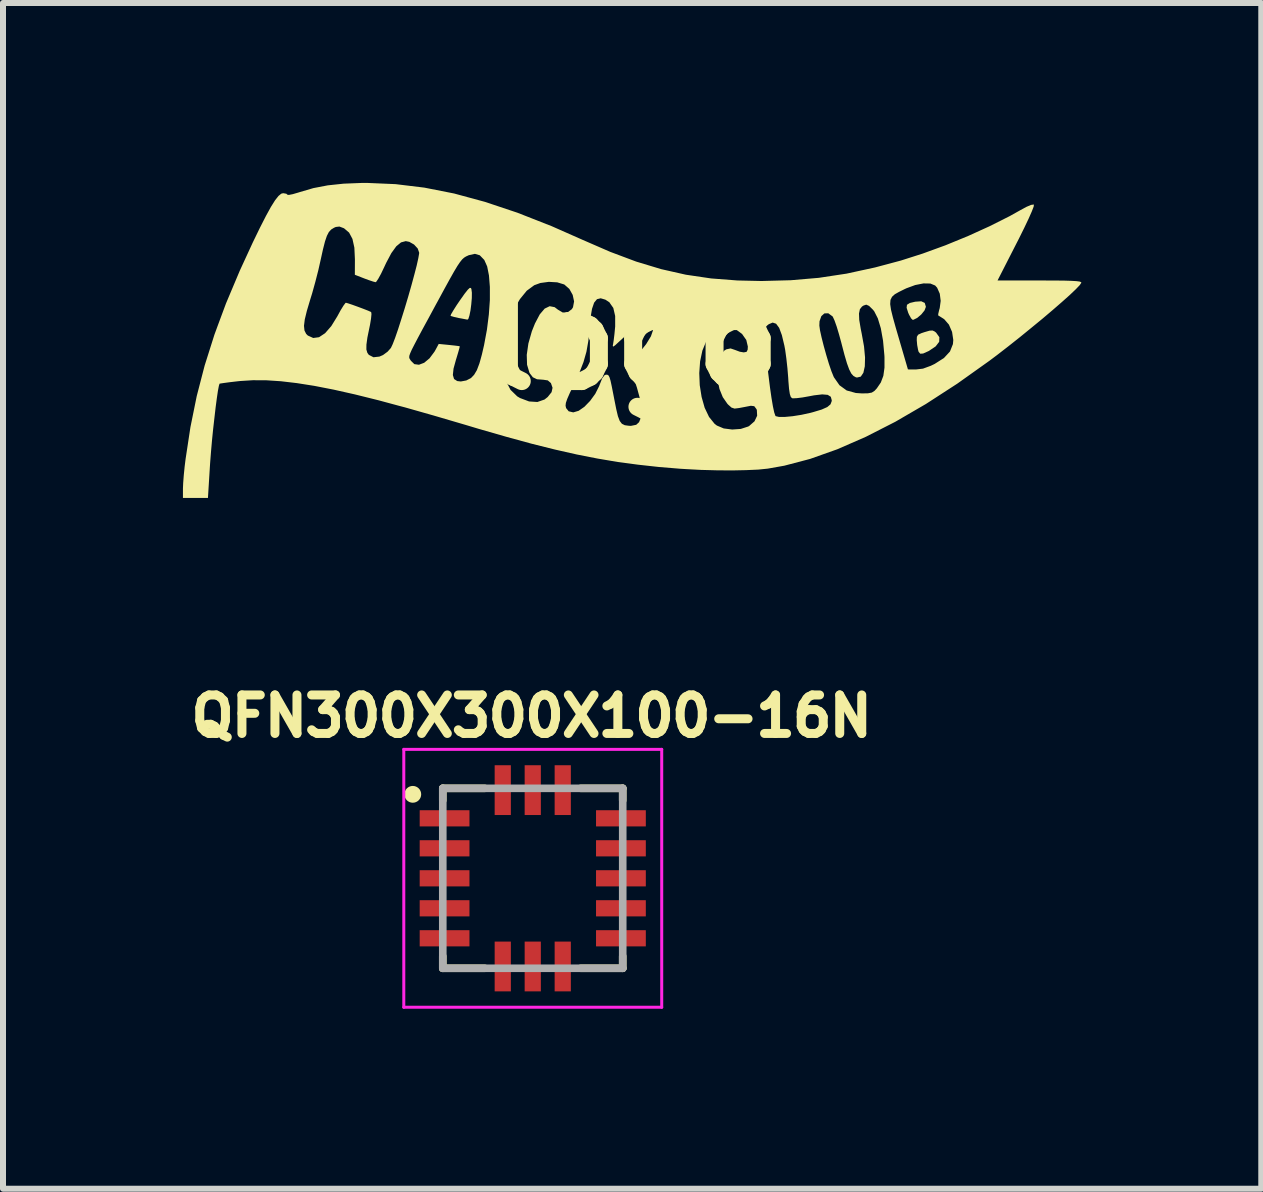
<source format=kicad_pcb>
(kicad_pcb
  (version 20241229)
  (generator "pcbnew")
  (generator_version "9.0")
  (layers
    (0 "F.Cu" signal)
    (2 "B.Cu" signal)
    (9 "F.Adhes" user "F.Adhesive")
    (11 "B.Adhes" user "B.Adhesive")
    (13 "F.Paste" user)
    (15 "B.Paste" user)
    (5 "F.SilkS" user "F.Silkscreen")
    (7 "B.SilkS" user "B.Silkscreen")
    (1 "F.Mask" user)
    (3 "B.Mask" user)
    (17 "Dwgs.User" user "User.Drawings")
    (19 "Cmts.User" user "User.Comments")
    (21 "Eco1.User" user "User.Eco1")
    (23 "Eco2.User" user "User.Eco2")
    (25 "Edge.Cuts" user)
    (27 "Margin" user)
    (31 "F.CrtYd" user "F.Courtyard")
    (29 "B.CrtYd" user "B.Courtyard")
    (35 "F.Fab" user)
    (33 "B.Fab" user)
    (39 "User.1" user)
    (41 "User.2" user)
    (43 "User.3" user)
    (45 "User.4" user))
  (footprint "logo"
    (layer "F.Cu")
    (at 7.506 2.625)
    (property "Reference" "logo" (at 0 0 0) (layer "F.SilkS") (effects (font (size 1.5 1.5) (thickness 0.3))))
    (attr board_only exclude_from_pos_files exclude_from_bom)
    (fp_poly (pts (xy 4.861 -0.625) (xy 4.88 -0.562) (xy 4.88 -0.559) (xy 4.858 -0.5) (xy 4.804 -0.433) (xy 4.736 -0.375) (xy 4.673 -0.344) (xy 4.661 -0.342) (xy 4.634 -0.367) (xy 4.6 -0.428) (xy 4.585 -0.462) (xy 4.559 -0.544) (xy 4.565 -0.594) (xy 4.613 -0.624) (xy 4.702 -0.645) (xy 4.803 -0.652)) (stroke (width 0) (type solid)) (fill yes) (layer "F.SilkS"))
    (fp_poly (pts (xy 5.029 -0.147) (xy 5.051 -0.129) (xy 5.105 -0.053) (xy 5.102 0.023) (xy 5.043 0.1) (xy 4.93 0.176) (xy 4.917 0.182) (xy 4.834 0.219) (xy 4.786 0.222) (xy 4.759 0.19) (xy 4.75 0.158) (xy 4.735 0.077) (xy 4.728 -0.004) (xy 4.73 -0.06) (xy 4.751 -0.095) (xy 4.807 -0.121) (xy 4.858 -0.138) (xy 4.941 -0.162) (xy 4.992 -0.165)) (stroke (width 0) (type solid)) (fill yes) (layer "F.SilkS"))
    (fp_poly (pts (xy -2.706 -0.874) (xy -2.697 -0.857) (xy -2.689 -0.796) (xy -2.69 -0.706) (xy -2.699 -0.602) (xy -2.712 -0.5) (xy -2.73 -0.413) (xy -2.748 -0.358) (xy -2.762 -0.346) (xy -2.8 -0.353) (xy -2.873 -0.367) (xy -2.908 -0.373) (xy -2.986 -0.391) (xy -3.037 -0.406) (xy -3.045 -0.41) (xy -3.035 -0.437) (xy -2.998 -0.5) (xy -2.941 -0.59) (xy -2.887 -0.669) (xy -2.81 -0.778) (xy -2.757 -0.845) (xy -2.725 -0.875)) (stroke (width 0) (type solid)) (fill yes) (layer "F.SilkS"))
    (fp_poly (pts (xy -3.961 -2.605) (xy -3.482 -2.547) (xy -2.985 -2.449) (xy -2.469 -2.309) (xy -1.928 -2.128) (xy -1.358 -1.904) (xy -0.842 -1.676) (xy -0.382 -1.476) (xy 0.05 -1.314) (xy 0.467 -1.188) (xy 0.879 -1.095) (xy 1.299 -1.033) (xy 1.738 -0.999) (xy 2.14 -0.99) (xy 2.628 -1.003) (xy 3.095 -1.043) (xy 3.558 -1.113) (xy 4.032 -1.216) (xy 4.463 -1.331) (xy 4.826 -1.447) (xy 5.205 -1.585) (xy 5.583 -1.74) (xy 5.946 -1.905) (xy 6.278 -2.072) (xy 6.446 -2.166) (xy 6.554 -2.225) (xy 6.634 -2.259) (xy 6.678 -2.265) (xy 6.681 -2.263) (xy 6.677 -2.23) (xy 6.647 -2.152) (xy 6.595 -2.034) (xy 6.522 -1.88) (xy 6.431 -1.696) (xy 6.391 -1.618) (xy 6.075 -0.999) (xy 6.778 -0.999) (xy 7.002 -0.998) (xy 7.175 -0.997) (xy 7.302 -0.993) (xy 7.389 -0.988) (xy 7.443 -0.981) (xy 7.468 -0.971) (xy 7.472 -0.961) (xy 7.445 -0.921) (xy 7.378 -0.851) (xy 7.277 -0.755) (xy 7.147 -0.639) (xy 6.994 -0.506) (xy 6.823 -0.361) (xy 6.639 -0.21) (xy 6.449 -0.055) (xy 6.257 0.097) (xy 6.07 0.242) (xy 5.938 0.341) (xy 5.404 0.721) (xy 4.881 1.06) (xy 4.372 1.356) (xy 3.878 1.608) (xy 3.404 1.815) (xy 2.95 1.976) (xy 2.52 2.089) (xy 2.244 2.138) (xy 2.086 2.154) (xy 1.883 2.163) (xy 1.647 2.168) (xy 1.392 2.166) (xy 1.128 2.159) (xy 0.869 2.145) (xy 0.785 2.14) (xy 0.424 2.11) (xy 0.08 2.072) (xy -0.257 2.027) (xy -0.594 1.97) (xy -0.94 1.902) (xy -1.303 1.82) (xy -1.691 1.723) (xy -2.112 1.608) (xy -2.574 1.475) (xy -2.794 1.409) (xy -3.325 1.253) (xy -3.807 1.116) (xy -3.91 1.089) (xy -1.127 1.089) (xy -1.119 1.125) (xy -1.117 1.13) (xy -1.075 1.182) (xy -1.004 1.199) (xy -0.994 1.199) (xy -0.909 1.174) (xy -0.813 1.107) (xy -0.718 1.009) (xy -0.632 0.891) (xy -0.568 0.764) (xy -0.557 0.735) (xy -0.516 0.632) (xy -0.477 0.58) (xy -0.453 0.571) (xy -0.429 0.573) (xy -0.41 0.585) (xy -0.394 0.616) (xy -0.377 0.673) (xy -0.357 0.766) (xy -0.33 0.903) (xy -0.315 0.98) (xy -0.282 1.146) (xy -0.254 1.264) (xy -0.224 1.343) (xy -0.188 1.39) (xy -0.14 1.414) (xy -0.076 1.423) (xy -0.037 1.425) (xy 0.051 1.407) (xy 0.098 1.364) (xy 0.127 1.293) (xy 0.142 1.202) (xy 0.143 1.185) (xy 0.132 1.077) (xy 0.104 0.938) (xy 0.063 0.788) (xy 0.016 0.646) (xy -0.028 0.545) (xy 1.102 0.545) (xy 1.11 0.747) (xy 1.141 0.943) (xy 1.192 1.123) (xy 1.265 1.276) (xy 1.357 1.39) (xy 1.396 1.42) (xy 1.51 1.468) (xy 1.651 1.486) (xy 1.794 1.476) (xy 1.918 1.436) (xy 1.934 1.427) (xy 2.023 1.349) (xy 2.067 1.256) (xy 2.062 1.161) (xy 2.056 1.146) (xy 2.019 1.097) (xy 1.962 1.09) (xy 1.947 1.093) (xy 1.864 1.109) (xy 1.769 1.127) (xy 1.763 1.128) (xy 1.691 1.137) (xy 1.639 1.12) (xy 1.582 1.069) (xy 1.571 1.057) (xy 1.494 0.946) (xy 1.439 0.81) (xy 1.408 0.661) (xy 1.4 0.511) (xy 1.415 0.372) (xy 1.454 0.255) (xy 1.517 0.172) (xy 1.553 0.149) (xy 1.624 0.134) (xy 1.698 0.159) (xy 1.778 0.189) (xy 1.844 0.2) (xy 1.891 0.191) (xy 1.909 0.155) (xy 1.912 0.102) (xy 1.886 -0.007) (xy 1.843 -0.068) (xy 2.187 -0.068) (xy 2.193 0.031) (xy 2.205 0.163) (xy 2.225 0.334) (xy 2.252 0.55) (xy 2.281 0.783) (xy 2.306 0.958) (xy 2.33 1.1) (xy 2.352 1.202) (xy 2.371 1.256) (xy 2.376 1.263) (xy 2.431 1.276) (xy 2.529 1.276) (xy 2.658 1.264) (xy 2.804 1.241) (xy 2.955 1.208) (xy 3 1.196) (xy 3.143 1.153) (xy 3.237 1.111) (xy 3.29 1.066) (xy 3.31 1.013) (xy 3.311 0.998) (xy 3.295 0.94) (xy 3.244 0.908) (xy 3.152 0.9) (xy 3.016 0.916) (xy 2.942 0.93) (xy 2.825 0.951) (xy 2.727 0.963) (xy 2.662 0.966) (xy 2.649 0.963) (xy 2.628 0.943) (xy 2.612 0.894) (xy 2.599 0.809) (xy 2.588 0.678) (xy 2.585 0.623) (xy 2.572 0.465) (xy 2.554 0.301) (xy 2.534 0.156) (xy 2.521 0.087) (xy 2.479 -0.088) (xy 2.434 -0.209) (xy 2.406 -0.247) (xy 3.104 -0.247) (xy 3.115 -0.168) (xy 3.141 -0.05) (xy 3.177 0.092) (xy 3.219 0.243) (xy 3.263 0.389) (xy 3.305 0.513) (xy 3.341 0.602) (xy 3.347 0.615) (xy 3.44 0.748) (xy 3.56 0.835) (xy 3.713 0.877) (xy 3.815 0.884) (xy 3.915 0.882) (xy 3.979 0.87) (xy 4.024 0.841) (xy 4.062 0.8) (xy 4.129 0.702) (xy 4.171 0.591) (xy 4.19 0.455) (xy 4.19 0.28) (xy 4.188 0.245) (xy 4.166 0.005) (xy 4.129 -0.202) (xy 4.079 -0.367) (xy 4.019 -0.485) (xy 3.996 -0.513) (xy 3.933 -0.575) (xy 3.886 -0.596) (xy 3.841 -0.581) (xy 3.815 -0.564) (xy 3.78 -0.52) (xy 3.765 -0.448) (xy 3.769 -0.342) (xy 3.794 -0.193) (xy 3.81 -0.114) (xy 3.849 0.101) (xy 3.866 0.285) (xy 3.862 0.433) (xy 3.838 0.54) (xy 3.795 0.604) (xy 3.732 0.619) (xy 3.713 0.615) (xy 3.673 0.593) (xy 3.637 0.553) (xy 3.602 0.485) (xy 3.565 0.384) (xy 3.523 0.241) (xy 3.473 0.05) (xy 3.472 0.045) (xy 3.432 -0.101) (xy 3.393 -0.231) (xy 3.357 -0.332) (xy 3.329 -0.393) (xy 3.323 -0.401) (xy 3.253 -0.452) (xy 3.188 -0.45) (xy 3.137 -0.404) (xy 3.107 -0.319) (xy 3.104 -0.247) (xy 2.406 -0.247) (xy 2.383 -0.278) (xy 2.326 -0.297) (xy 2.261 -0.27) (xy 2.233 -0.248) (xy 2.212 -0.223) (xy 2.197 -0.189) (xy 2.189 -0.139) (xy 2.187 -0.068) (xy 1.843 -0.068) (xy 1.816 -0.107) (xy 1.716 -0.181) (xy 1.671 -0.199) (xy 1.558 -0.209) (xy 1.434 -0.175) (xy 1.316 -0.103) (xy 1.303 -0.092) (xy 1.216 0.02) (xy 1.154 0.17) (xy 1.116 0.349) (xy 1.102 0.545) (xy -0.028 0.545) (xy -0.03 0.539) (xy -0.087 0.427) (xy 0.088 0.223) (xy 0.216 0.063) (xy 0.296 -0.068) (xy 0.331 -0.17) (xy 0.328 -0.23) (xy 0.288 -0.279) (xy 0.217 -0.284) (xy 0.117 -0.247) (xy -0.009 -0.168) (xy -0.157 -0.05) (xy -0.239 0.025) (xy -0.302 0.083) (xy -0.333 0.104) (xy -0.34 0.091) (xy -0.334 0.057) (xy -0.324 -0.006) (xy -0.312 -0.106) (xy -0.301 -0.221) (xy -0.3 -0.228) (xy -0.3 -0.407) (xy -0.331 -0.541) (xy -0.376 -0.605) (xy 4.285 -0.605) (xy 4.299 -0.51) (xy 4.331 -0.38) (xy 4.379 -0.208) (xy 4.417 -0.078) (xy 4.581 0.484) (xy 4.714 0.485) (xy 4.832 0.471) (xy 4.963 0.423) (xy 5.027 0.392) (xy 5.181 0.294) (xy 5.282 0.185) (xy 5.331 0.062) (xy 5.337 -0.007) (xy 5.317 -0.141) (xy 5.264 -0.263) (xy 5.187 -0.352) (xy 5.168 -0.365) (xy 5.114 -0.399) (xy 5.085 -0.417) (xy 5.085 -0.417) (xy 5.087 -0.445) (xy 5.102 -0.508) (xy 5.111 -0.539) (xy 5.127 -0.659) (xy 5.112 -0.778) (xy 5.068 -0.878) (xy 5.035 -0.915) (xy 4.955 -0.948) (xy 4.841 -0.95) (xy 4.703 -0.923) (xy 4.556 -0.869) (xy 4.524 -0.854) (xy 4.431 -0.808) (xy 4.362 -0.769) (xy 4.316 -0.727) (xy 4.29 -0.675) (xy 4.285 -0.605) (xy -0.376 -0.605) (xy -0.397 -0.636) (xy -0.463 -0.679) (xy -0.541 -0.702) (xy -0.603 -0.687) (xy -0.651 -0.629) (xy -0.686 -0.526) (xy -0.712 -0.372) (xy -0.727 -0.2) (xy -0.747 0.008) (xy -0.779 0.189) (xy -0.828 0.361) (xy -0.899 0.544) (xy -0.989 0.738) (xy -1.056 0.877) (xy -1.099 0.975) (xy -1.122 1.042) (xy -1.127 1.089) (xy -3.91 1.089) (xy -4.243 0.999) (xy -4.637 0.901) (xy -4.993 0.821) (xy -5.316 0.758) (xy -5.608 0.712) (xy -5.873 0.681) (xy -6.116 0.665) (xy -6.34 0.664) (xy -6.549 0.677) (xy -6.605 0.683) (xy -6.725 0.697) (xy -6.822 0.71) (xy -6.882 0.719) (xy -6.896 0.722) (xy -6.907 0.758) (xy -6.923 0.842) (xy -6.941 0.964) (xy -6.961 1.116) (xy -6.981 1.289) (xy -7.002 1.474) (xy -7.021 1.661) (xy -7.037 1.843) (xy -7.05 2.008) (xy -7.055 2.076) (xy -7.089 2.626) (xy -7.298 2.626) (xy -7.506 2.626) (xy -7.506 2.47) (xy -7.502 2.377) (xy -7.492 2.247) (xy -7.477 2.098) (xy -7.462 1.978) (xy -7.381 1.445) (xy -7.276 0.928) (xy -7.144 0.419) (xy -6.982 -0.093) (xy -6.927 -0.243) (xy -5.488 -0.243) (xy -5.48 -0.165) (xy -5.452 -0.109) (xy -5.424 -0.081) (xy -5.334 -0.04) (xy -5.237 -0.053) (xy -5.136 -0.12) (xy -5.033 -0.238) (xy -4.933 -0.4) (xy -4.878 -0.501) (xy -4.83 -0.579) (xy -4.798 -0.622) (xy -4.79 -0.628) (xy -4.754 -0.618) (xy -4.682 -0.594) (xy -4.591 -0.561) (xy -4.497 -0.526) (xy -4.418 -0.495) (xy -4.371 -0.474) (xy -4.368 -0.472) (xy -4.363 -0.439) (xy -4.37 -0.364) (xy -4.387 -0.261) (xy -4.398 -0.208) (xy -4.431 -0.047) (xy -4.447 0.07) (xy -4.448 0.151) (xy -4.432 0.206) (xy -4.407 0.241) (xy -4.33 0.281) (xy -4.327 0.281) (xy -3.734 0.281) (xy -3.73 0.3) (xy -3.72 0.317) (xy -3.707 0.337) (xy -3.707 0.338) (xy -3.648 0.396) (xy -3.571 0.406) (xy -3.484 0.373) (xy -3.395 0.299) (xy -3.313 0.189) (xy -3.294 0.156) (xy -3.242 0.059) (xy -3.069 0.076) (xy -2.977 0.086) (xy -2.913 0.094) (xy -2.891 0.098) (xy -2.896 0.125) (xy -2.915 0.193) (xy -2.944 0.29) (xy -2.954 0.322) (xy -2.995 0.471) (xy -3.006 0.577) (xy -2.986 0.644) (xy -2.933 0.678) (xy -2.873 0.685) (xy -2.782 0.668) (xy -2.704 0.628) (xy -2.652 0.574) (xy -2.606 0.497) (xy -2.564 0.386) (xy -2.552 0.345) (xy -2.182 0.345) (xy -2.171 0.473) (xy -2.124 0.671) (xy -2.045 0.824) (xy -1.933 0.933) (xy -1.886 0.961) (xy -1.735 1.018) (xy -1.597 1.027) (xy -1.478 0.986) (xy -1.425 0.944) (xy -1.36 0.863) (xy -1.344 0.79) (xy -1.371 0.712) (xy -1.423 0.667) (xy -1.497 0.656) (xy -1.603 0.648) (xy -1.672 0.615) (xy -1.723 0.549) (xy -1.73 0.536) (xy -1.769 0.406) (xy -1.774 0.241) (xy -1.747 0.052) (xy -1.689 -0.152) (xy -1.637 -0.282) (xy -1.557 -0.434) (xy -1.475 -0.53) (xy -1.392 -0.57) (xy -1.309 -0.554) (xy -1.254 -0.512) (xy -1.174 -0.465) (xy -1.092 -0.468) (xy -1.023 -0.52) (xy -1.003 -0.552) (xy -0.985 -0.65) (xy -1.008 -0.758) (xy -1.064 -0.858) (xy -1.146 -0.93) (xy -1.151 -0.933) (xy -1.266 -0.968) (xy -1.406 -0.976) (xy -1.547 -0.957) (xy -1.649 -0.92) (xy -1.774 -0.828) (xy -1.888 -0.688) (xy -1.99 -0.513) (xy -2.073 -0.312) (xy -2.136 -0.095) (xy -2.173 0.128) (xy -2.182 0.345) (xy -2.552 0.345) (xy -2.522 0.235) (xy -2.486 0.08) (xy -2.438 -0.178) (xy -2.406 -0.432) (xy -2.389 -0.673) (xy -2.389 -0.892) (xy -2.404 -1.082) (xy -2.434 -1.233) (xy -2.481 -1.339) (xy -2.483 -1.342) (xy -2.557 -1.419) (xy -2.639 -1.443) (xy -2.742 -1.42) (xy -2.752 -1.415) (xy -2.787 -1.399) (xy -2.819 -1.379) (xy -2.851 -1.35) (xy -2.887 -1.305) (xy -2.931 -1.24) (xy -2.986 -1.148) (xy -3.056 -1.024) (xy -3.145 -0.862) (xy -3.256 -0.657) (xy -3.288 -0.599) (xy -3.412 -0.369) (xy -3.513 -0.184) (xy -3.591 -0.038) (xy -3.649 0.073) (xy -3.691 0.155) (xy -3.717 0.214) (xy -3.731 0.254) (xy -3.734 0.281) (xy -4.327 0.281) (xy -4.23 0.27) (xy -4.17 0.244) (xy -4.094 0.188) (xy -4.039 0.126) (xy -4.01 0.065) (xy -3.969 -0.041) (xy -3.92 -0.183) (xy -3.866 -0.352) (xy -3.808 -0.537) (xy -3.751 -0.728) (xy -3.697 -0.917) (xy -3.649 -1.094) (xy -3.609 -1.248) (xy -3.582 -1.37) (xy -3.568 -1.451) (xy -3.568 -1.464) (xy -3.592 -1.532) (xy -3.653 -1.598) (xy -3.732 -1.643) (xy -3.791 -1.655) (xy -3.87 -1.634) (xy -3.949 -1.569) (xy -4.031 -1.456) (xy -4.118 -1.292) (xy -4.152 -1.219) (xy -4.203 -1.112) (xy -4.249 -1.028) (xy -4.282 -0.979) (xy -4.293 -0.97) (xy -4.333 -0.98) (xy -4.408 -1.005) (xy -4.481 -1.032) (xy -4.64 -1.094) (xy -4.639 -1.353) (xy -4.648 -1.546) (xy -4.68 -1.692) (xy -4.736 -1.797) (xy -4.818 -1.867) (xy -4.828 -1.872) (xy -4.897 -1.898) (xy -4.957 -1.891) (xy -4.987 -1.878) (xy -5.034 -1.849) (xy -5.073 -1.807) (xy -5.106 -1.743) (xy -5.138 -1.649) (xy -5.172 -1.515) (xy -5.208 -1.352) (xy -5.248 -1.174) (xy -5.299 -0.975) (xy -5.352 -0.784) (xy -5.384 -0.681) (xy -5.44 -0.493) (xy -5.475 -0.349) (xy -5.488 -0.243) (xy -6.927 -0.243) (xy -6.788 -0.617) (xy -6.558 -1.163) (xy -6.341 -1.634) (xy -6.222 -1.879) (xy -6.122 -2.075) (xy -6.039 -2.226) (xy -5.97 -2.336) (xy -5.913 -2.408) (xy -5.867 -2.446) (xy -5.835 -2.454) (xy -5.782 -2.445) (xy -5.765 -2.429) (xy -5.74 -2.425) (xy -5.675 -2.438) (xy -5.582 -2.465) (xy -5.56 -2.472) (xy -5.331 -2.539) (xy -5.091 -2.585) (xy -4.827 -2.613) (xy -4.524 -2.625) (xy -4.427 -2.625)) (stroke (width 0) (type solid)) (fill yes) (layer "F.SilkS")))
  (footprint "QFN300X300X100-16N"
    (layer "F.Cu")
    (at 5.832 11.593)
    (property "Reference" "QFN300X300X100-16N" (at -0.018 -2.704 0) (layer "F.SilkS") (effects (font (size 0.642 0.642) (thickness 0.15))))
    (attr smd)
    (fp_line (start -1.5 -1.5) (end -0.8 -1.5) (stroke (width 0.127) (type solid)) (layer "F.SilkS"))
    (fp_line (start -1.5 -1.3) (end -1.5 -1.5) (stroke (width 0.127) (type solid)) (layer "F.SilkS"))
    (fp_line (start -1.5 1.5) (end -1.5 1.3) (stroke (width 0.127) (type solid)) (layer "F.SilkS"))
    (fp_line (start -0.8 1.5) (end -1.5 1.5) (stroke (width 0.127) (type solid)) (layer "F.SilkS"))
    (fp_line (start 0.8 -1.5) (end 1.5 -1.5) (stroke (width 0.127) (type solid)) (layer "F.SilkS"))
    (fp_line (start 0.8 1.5) (end 1.5 1.5) (stroke (width 0.127) (type solid)) (layer "F.SilkS"))
    (fp_line (start 1.5 -1.5) (end 1.5 -1.3) (stroke (width 0.127) (type solid)) (layer "F.SilkS"))
    (fp_line (start 1.5 1.5) (end 1.5 1.3) (stroke (width 0.127) (type solid)) (layer "F.SilkS"))
    (fp_circle (center -2 -1.4) (end -1.93 -1.4) (stroke (width 0.14) (type solid)) (fill no) (layer "F.SilkS"))
    (fp_line (start -2.15 -2.15) (end 2.15 -2.15) (stroke (width 0.05) (type solid)) (layer "F.CrtYd"))
    (fp_line (start -2.15 2.15) (end -2.15 -2.15) (stroke (width 0.05) (type solid)) (layer "F.CrtYd"))
    (fp_line (start 2.15 -2.15) (end 2.15 2.15) (stroke (width 0.05) (type solid)) (layer "F.CrtYd"))
    (fp_line (start 2.15 2.15) (end -2.15 2.15) (stroke (width 0.05) (type solid)) (layer "F.CrtYd"))
    (fp_line (start -1.5 -1.5) (end -1.5 1.5) (stroke (width 0.127) (type solid)) (layer "F.Fab"))
    (fp_line (start -1.5 1.5) (end 1.5 1.5) (stroke (width 0.127) (type solid)) (layer "F.Fab"))
    (fp_line (start 1.5 -1.5) (end -1.5 -1.5) (stroke (width 0.127) (type solid)) (layer "F.Fab"))
    (fp_line (start 1.5 1.5) (end 1.5 -1.5) (stroke (width 0.127) (type solid)) (layer "F.Fab"))
    (pad "1" smd rect (at -1.47 -1) (size 0.83 0.27) (layers "F.Cu" "F.Mask" "F.Paste"))
    (pad "2" smd rect (at -1.47 -0.5) (size 0.83 0.27) (layers "F.Cu" "F.Mask" "F.Paste"))
    (pad "3" smd rect (at -1.47 0) (size 0.83 0.27) (layers "F.Cu" "F.Mask" "F.Paste"))
    (pad "4" smd rect (at -1.47 0.5) (size 0.83 0.27) (layers "F.Cu" "F.Mask" "F.Paste"))
    (pad "5" smd rect (at -1.47 1) (size 0.83 0.27) (layers "F.Cu" "F.Mask" "F.Paste"))
    (pad "6" smd rect (at -0.5 1.47) (size 0.27 0.83) (layers "F.Cu" "F.Mask" "F.Paste"))
    (pad "7" smd rect (at 0 1.47) (size 0.27 0.83) (layers "F.Cu" "F.Mask" "F.Paste"))
    (pad "8" smd rect (at 0.5 1.47) (size 0.27 0.83) (layers "F.Cu" "F.Mask" "F.Paste"))
    (pad "9" smd rect (at 1.47 1) (size 0.83 0.27) (layers "F.Cu" "F.Mask" "F.Paste"))
    (pad "10" smd rect (at 1.47 0.5) (size 0.83 0.27) (layers "F.Cu" "F.Mask" "F.Paste"))
    (pad "11" smd rect (at 1.47 0) (size 0.83 0.27) (layers "F.Cu" "F.Mask" "F.Paste"))
    (pad "12" smd rect (at 1.47 -0.5) (size 0.83 0.27) (layers "F.Cu" "F.Mask" "F.Paste"))
    (pad "13" smd rect (at 1.47 -1) (size 0.83 0.27) (layers "F.Cu" "F.Mask" "F.Paste"))
    (pad "14" smd rect (at 0.5 -1.47) (size 0.27 0.83) (layers "F.Cu" "F.Mask" "F.Paste"))
    (pad "15" smd rect (at 0 -1.47) (size 0.27 0.83) (layers "F.Cu" "F.Mask" "F.Paste"))
    (pad "16" smd rect (at -0.5 -1.47) (size 0.27 0.83) (layers "F.Cu" "F.Mask" "F.Paste")))
  (gr_rect
    (start -3 -3)
    (end 17.978 16.768)
    (stroke (width 0.1) (type default))
    (fill no)
    (layer "Edge.Cuts")))
</source>
